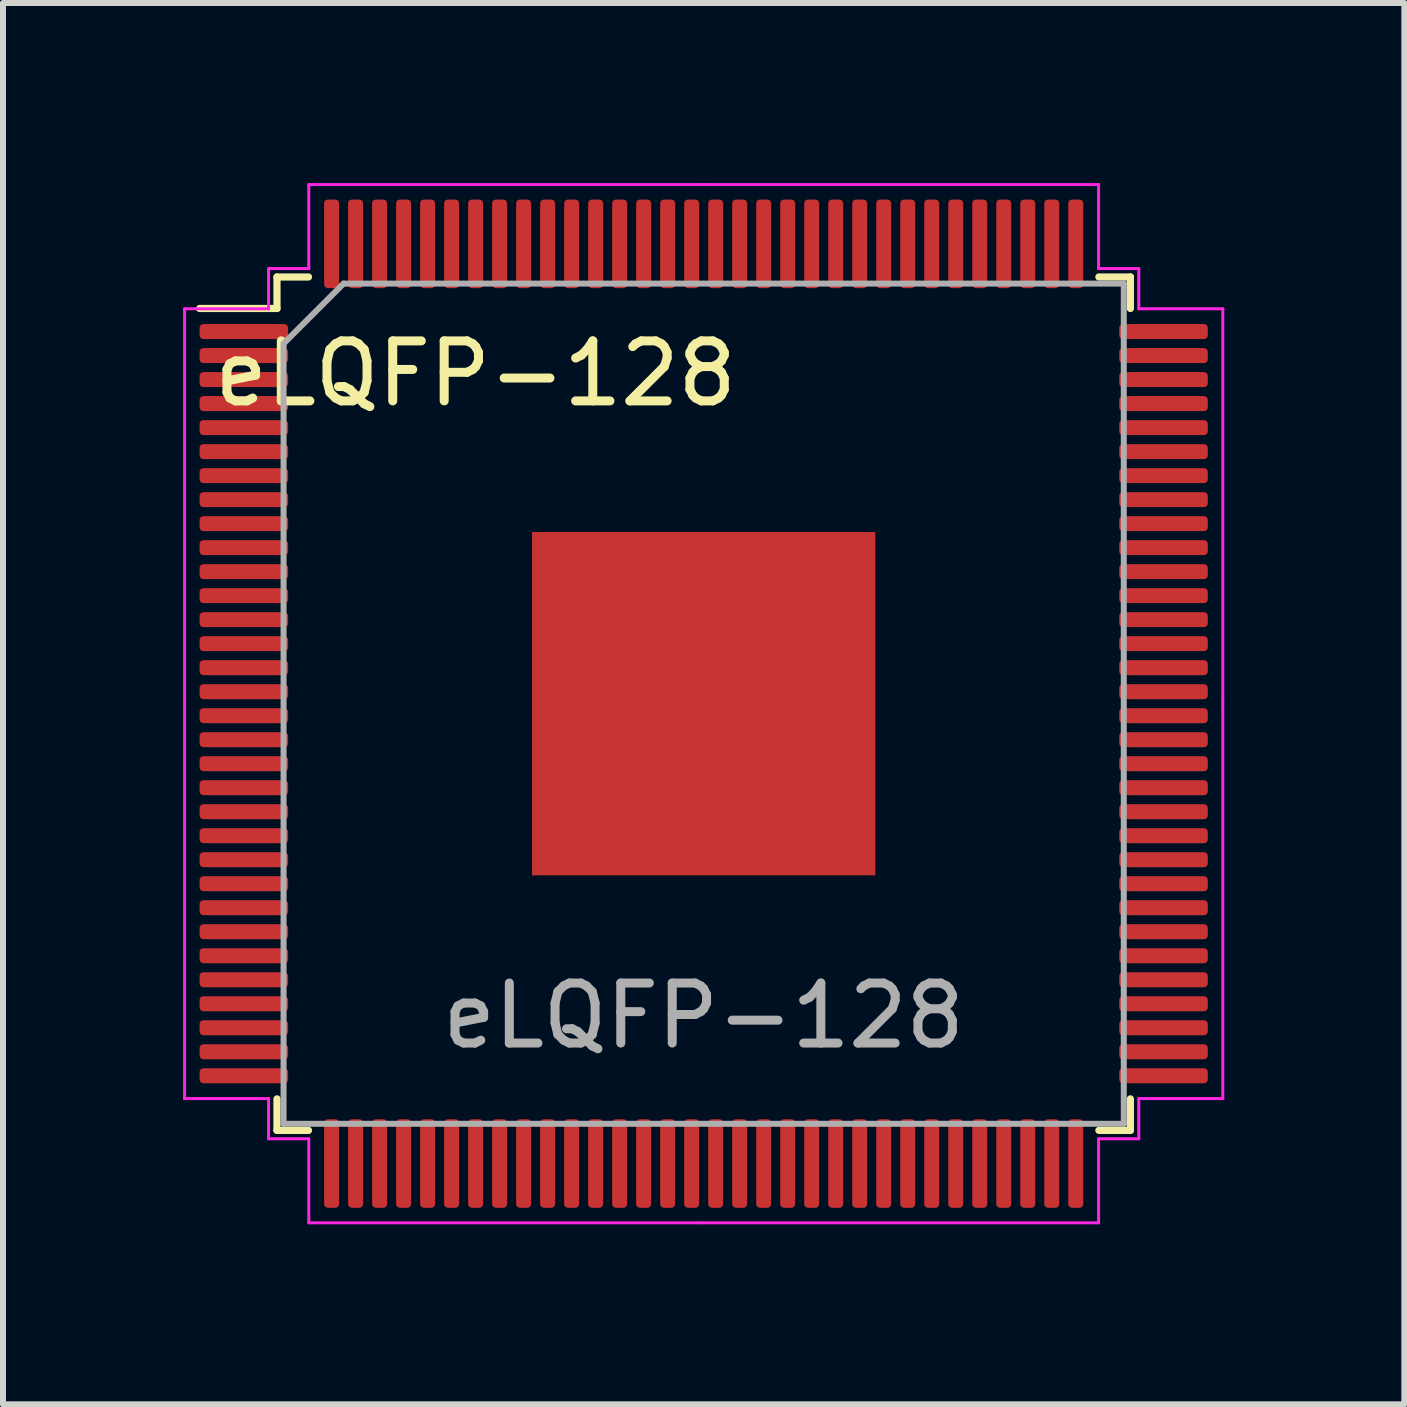
<source format=kicad_pcb>
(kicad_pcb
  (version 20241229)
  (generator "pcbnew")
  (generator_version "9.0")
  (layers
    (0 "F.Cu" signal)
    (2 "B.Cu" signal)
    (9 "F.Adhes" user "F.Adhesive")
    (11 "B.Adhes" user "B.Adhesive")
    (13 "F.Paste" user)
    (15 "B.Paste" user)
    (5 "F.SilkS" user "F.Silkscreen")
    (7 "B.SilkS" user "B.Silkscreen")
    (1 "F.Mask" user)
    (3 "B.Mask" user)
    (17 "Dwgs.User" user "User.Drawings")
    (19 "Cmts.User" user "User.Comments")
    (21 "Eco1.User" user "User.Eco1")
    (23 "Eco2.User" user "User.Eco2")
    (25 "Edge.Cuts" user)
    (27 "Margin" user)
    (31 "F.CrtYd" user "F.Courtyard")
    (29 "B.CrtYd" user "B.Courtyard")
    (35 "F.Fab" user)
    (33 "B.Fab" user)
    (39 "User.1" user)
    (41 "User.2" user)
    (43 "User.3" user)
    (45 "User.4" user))
  (footprint "eLQFP-128"
    (layer "F.Cu")
    (at 8.675 8.675)
    (property "Reference" "eLQFP-128" (at -3.8 -5.5 0) (unlocked yes) (layer "F.SilkS") (effects (font (size 1 1) (thickness 0.15))))
    (attr smd)
    (fp_line (start -7.11 -7.11) (end -7.11 -6.585) (stroke (width 0.12) (type solid)) (layer "F.SilkS"))
    (fp_line (start -7.11 -6.585) (end -8.4 -6.585) (stroke (width 0.12) (type solid)) (layer "F.SilkS"))
    (fp_line (start -7.11 7.11) (end -7.11 6.585) (stroke (width 0.12) (type solid)) (layer "F.SilkS"))
    (fp_line (start -6.585 -7.11) (end -7.11 -7.11) (stroke (width 0.12) (type solid)) (layer "F.SilkS"))
    (fp_line (start -6.585 7.11) (end -7.11 7.11) (stroke (width 0.12) (type solid)) (layer "F.SilkS"))
    (fp_line (start 6.585 -7.11) (end 7.11 -7.11) (stroke (width 0.12) (type solid)) (layer "F.SilkS"))
    (fp_line (start 6.585 7.11) (end 7.11 7.11) (stroke (width 0.12) (type solid)) (layer "F.SilkS"))
    (fp_line (start 7.11 -7.11) (end 7.11 -6.585) (stroke (width 0.12) (type solid)) (layer "F.SilkS"))
    (fp_line (start 7.11 7.11) (end 7.11 6.585) (stroke (width 0.12) (type solid)) (layer "F.SilkS"))
    (fp_line (start -8.65 -6.58) (end -8.65 0) (stroke (width 0.05) (type solid)) (layer "F.CrtYd"))
    (fp_line (start -8.65 6.58) (end -8.65 0) (stroke (width 0.05) (type solid)) (layer "F.CrtYd"))
    (fp_line (start -7.25 -7.25) (end -7.25 -6.58) (stroke (width 0.05) (type solid)) (layer "F.CrtYd"))
    (fp_line (start -7.25 -6.58) (end -8.65 -6.58) (stroke (width 0.05) (type solid)) (layer "F.CrtYd"))
    (fp_line (start -7.25 6.58) (end -8.65 6.58) (stroke (width 0.05) (type solid)) (layer "F.CrtYd"))
    (fp_line (start -7.25 7.25) (end -7.25 6.58) (stroke (width 0.05) (type solid)) (layer "F.CrtYd"))
    (fp_line (start -6.58 -8.65) (end -6.58 -7.25) (stroke (width 0.05) (type solid)) (layer "F.CrtYd"))
    (fp_line (start -6.58 -7.25) (end -7.25 -7.25) (stroke (width 0.05) (type solid)) (layer "F.CrtYd"))
    (fp_line (start -6.58 7.25) (end -7.25 7.25) (stroke (width 0.05) (type solid)) (layer "F.CrtYd"))
    (fp_line (start -6.58 8.65) (end -6.58 7.25) (stroke (width 0.05) (type solid)) (layer "F.CrtYd"))
    (fp_line (start 0 -8.65) (end -6.58 -8.65) (stroke (width 0.05) (type solid)) (layer "F.CrtYd"))
    (fp_line (start 0 -8.65) (end 6.58 -8.65) (stroke (width 0.05) (type solid)) (layer "F.CrtYd"))
    (fp_line (start 0 8.65) (end -6.58 8.65) (stroke (width 0.05) (type solid)) (layer "F.CrtYd"))
    (fp_line (start 0 8.65) (end 6.58 8.65) (stroke (width 0.05) (type solid)) (layer "F.CrtYd"))
    (fp_line (start 6.58 -8.65) (end 6.58 -7.25) (stroke (width 0.05) (type solid)) (layer "F.CrtYd"))
    (fp_line (start 6.58 -7.25) (end 7.25 -7.25) (stroke (width 0.05) (type solid)) (layer "F.CrtYd"))
    (fp_line (start 6.58 7.25) (end 7.25 7.25) (stroke (width 0.05) (type solid)) (layer "F.CrtYd"))
    (fp_line (start 6.58 8.65) (end 6.58 7.25) (stroke (width 0.05) (type solid)) (layer "F.CrtYd"))
    (fp_line (start 7.25 -7.25) (end 7.25 -6.58) (stroke (width 0.05) (type solid)) (layer "F.CrtYd"))
    (fp_line (start 7.25 -6.58) (end 8.65 -6.58) (stroke (width 0.05) (type solid)) (layer "F.CrtYd"))
    (fp_line (start 7.25 6.58) (end 8.65 6.58) (stroke (width 0.05) (type solid)) (layer "F.CrtYd"))
    (fp_line (start 7.25 7.25) (end 7.25 6.58) (stroke (width 0.05) (type solid)) (layer "F.CrtYd"))
    (fp_line (start 8.65 -6.58) (end 8.65 0) (stroke (width 0.05) (type solid)) (layer "F.CrtYd"))
    (fp_line (start 8.65 6.58) (end 8.65 0) (stroke (width 0.05) (type solid)) (layer "F.CrtYd"))
    (fp_line (start -7 -6) (end -6 -7) (stroke (width 0.1) (type solid)) (layer "F.Fab"))
    (fp_line (start -7 7) (end -7 -6) (stroke (width 0.1) (type solid)) (layer "F.Fab"))
    (fp_line (start -6 -7) (end 7 -7) (stroke (width 0.1) (type solid)) (layer "F.Fab"))
    (fp_line (start 7 -7) (end 7 7) (stroke (width 0.1) (type solid)) (layer "F.Fab"))
    (fp_line (start 7 7) (end -7 7) (stroke (width 0.1) (type solid)) (layer "F.Fab"))
    (fp_text user "${REFERENCE}" (at 0 5.2 0) (unlocked yes) (layer "F.Fab") (effects (font (size 1 1) (thickness 0.15))))
    (pad "1" smd roundrect (at -7.662 -6.2) (size 1.475 0.25) (layers "F.Cu" "F.Mask" "F.Paste") (roundrect_rratio 0.25))
    (pad "2" smd roundrect (at -7.662 -5.8) (size 1.475 0.25) (layers "F.Cu" "F.Mask" "F.Paste") (roundrect_rratio 0.25))
    (pad "3" smd roundrect (at -7.662 -5.4) (size 1.475 0.25) (layers "F.Cu" "F.Mask" "F.Paste") (roundrect_rratio 0.25))
    (pad "4" smd roundrect (at -7.662 -5) (size 1.475 0.25) (layers "F.Cu" "F.Mask" "F.Paste") (roundrect_rratio 0.25))
    (pad "5" smd roundrect (at -7.662 -4.6) (size 1.475 0.25) (layers "F.Cu" "F.Mask" "F.Paste") (roundrect_rratio 0.25))
    (pad "6" smd roundrect (at -7.662 -4.2) (size 1.475 0.25) (layers "F.Cu" "F.Mask" "F.Paste") (roundrect_rratio 0.25))
    (pad "7" smd roundrect (at -7.662 -3.8) (size 1.475 0.25) (layers "F.Cu" "F.Mask" "F.Paste") (roundrect_rratio 0.25))
    (pad "8" smd roundrect (at -7.662 -3.4) (size 1.475 0.25) (layers "F.Cu" "F.Mask" "F.Paste") (roundrect_rratio 0.25))
    (pad "9" smd roundrect (at -7.662 -3) (size 1.475 0.25) (layers "F.Cu" "F.Mask" "F.Paste") (roundrect_rratio 0.25))
    (pad "10" smd roundrect (at -7.662 -2.6) (size 1.475 0.25) (layers "F.Cu" "F.Mask" "F.Paste") (roundrect_rratio 0.25))
    (pad "11" smd roundrect (at -7.662 -2.2) (size 1.475 0.25) (layers "F.Cu" "F.Mask" "F.Paste") (roundrect_rratio 0.25))
    (pad "12" smd roundrect (at -7.662 -1.8) (size 1.475 0.25) (layers "F.Cu" "F.Mask" "F.Paste") (roundrect_rratio 0.25))
    (pad "13" smd roundrect (at -7.662 -1.4) (size 1.475 0.25) (layers "F.Cu" "F.Mask" "F.Paste") (roundrect_rratio 0.25))
    (pad "14" smd roundrect (at -7.662 -1) (size 1.475 0.25) (layers "F.Cu" "F.Mask" "F.Paste") (roundrect_rratio 0.25))
    (pad "15" smd roundrect (at -7.662 -0.6) (size 1.475 0.25) (layers "F.Cu" "F.Mask" "F.Paste") (roundrect_rratio 0.25))
    (pad "16" smd roundrect (at -7.662 -0.2) (size 1.475 0.25) (layers "F.Cu" "F.Mask" "F.Paste") (roundrect_rratio 0.25))
    (pad "17" smd roundrect (at -7.662 0.2) (size 1.475 0.25) (layers "F.Cu" "F.Mask" "F.Paste") (roundrect_rratio 0.25))
    (pad "18" smd roundrect (at -7.662 0.6) (size 1.475 0.25) (layers "F.Cu" "F.Mask" "F.Paste") (roundrect_rratio 0.25))
    (pad "19" smd roundrect (at -7.662 1) (size 1.475 0.25) (layers "F.Cu" "F.Mask" "F.Paste") (roundrect_rratio 0.25))
    (pad "20" smd roundrect (at -7.662 1.4) (size 1.475 0.25) (layers "F.Cu" "F.Mask" "F.Paste") (roundrect_rratio 0.25))
    (pad "21" smd roundrect (at -7.662 1.8) (size 1.475 0.25) (layers "F.Cu" "F.Mask" "F.Paste") (roundrect_rratio 0.25))
    (pad "22" smd roundrect (at -7.662 2.2) (size 1.475 0.25) (layers "F.Cu" "F.Mask" "F.Paste") (roundrect_rratio 0.25))
    (pad "23" smd roundrect (at -7.662 2.6) (size 1.475 0.25) (layers "F.Cu" "F.Mask" "F.Paste") (roundrect_rratio 0.25))
    (pad "24" smd roundrect (at -7.662 3) (size 1.475 0.25) (layers "F.Cu" "F.Mask" "F.Paste") (roundrect_rratio 0.25))
    (pad "25" smd roundrect (at -7.662 3.4) (size 1.475 0.25) (layers "F.Cu" "F.Mask" "F.Paste") (roundrect_rratio 0.25))
    (pad "26" smd roundrect (at -7.662 3.8) (size 1.475 0.25) (layers "F.Cu" "F.Mask" "F.Paste") (roundrect_rratio 0.25))
    (pad "27" smd roundrect (at -7.662 4.2) (size 1.475 0.25) (layers "F.Cu" "F.Mask" "F.Paste") (roundrect_rratio 0.25))
    (pad "28" smd roundrect (at -7.662 4.6) (size 1.475 0.25) (layers "F.Cu" "F.Mask" "F.Paste") (roundrect_rratio 0.25))
    (pad "29" smd roundrect (at -7.662 5) (size 1.475 0.25) (layers "F.Cu" "F.Mask" "F.Paste") (roundrect_rratio 0.25))
    (pad "30" smd roundrect (at -7.662 5.4) (size 1.475 0.25) (layers "F.Cu" "F.Mask" "F.Paste") (roundrect_rratio 0.25))
    (pad "31" smd roundrect (at -7.662 5.8) (size 1.475 0.25) (layers "F.Cu" "F.Mask" "F.Paste") (roundrect_rratio 0.25))
    (pad "32" smd roundrect (at -7.662 6.2) (size 1.475 0.25) (layers "F.Cu" "F.Mask" "F.Paste") (roundrect_rratio 0.25))
    (pad "33" smd roundrect (at -6.2 7.662) (size 0.25 1.475) (layers "F.Cu" "F.Mask" "F.Paste") (roundrect_rratio 0.25))
    (pad "34" smd roundrect (at -5.8 7.662) (size 0.25 1.475) (layers "F.Cu" "F.Mask" "F.Paste") (roundrect_rratio 0.25))
    (pad "35" smd roundrect (at -5.4 7.662) (size 0.25 1.475) (layers "F.Cu" "F.Mask" "F.Paste") (roundrect_rratio 0.25))
    (pad "36" smd roundrect (at -5 7.662) (size 0.25 1.475) (layers "F.Cu" "F.Mask" "F.Paste") (roundrect_rratio 0.25))
    (pad "37" smd roundrect (at -4.6 7.662) (size 0.25 1.475) (layers "F.Cu" "F.Mask" "F.Paste") (roundrect_rratio 0.25))
    (pad "38" smd roundrect (at -4.2 7.662) (size 0.25 1.475) (layers "F.Cu" "F.Mask" "F.Paste") (roundrect_rratio 0.25))
    (pad "39" smd roundrect (at -3.8 7.662) (size 0.25 1.475) (layers "F.Cu" "F.Mask" "F.Paste") (roundrect_rratio 0.25))
    (pad "40" smd roundrect (at -3.4 7.662) (size 0.25 1.475) (layers "F.Cu" "F.Mask" "F.Paste") (roundrect_rratio 0.25))
    (pad "41" smd roundrect (at -3 7.662) (size 0.25 1.475) (layers "F.Cu" "F.Mask" "F.Paste") (roundrect_rratio 0.25))
    (pad "42" smd roundrect (at -2.6 7.662) (size 0.25 1.475) (layers "F.Cu" "F.Mask" "F.Paste") (roundrect_rratio 0.25))
    (pad "43" smd roundrect (at -2.2 7.662) (size 0.25 1.475) (layers "F.Cu" "F.Mask" "F.Paste") (roundrect_rratio 0.25))
    (pad "44" smd roundrect (at -1.8 7.662) (size 0.25 1.475) (layers "F.Cu" "F.Mask" "F.Paste") (roundrect_rratio 0.25))
    (pad "45" smd roundrect (at -1.4 7.662) (size 0.25 1.475) (layers "F.Cu" "F.Mask" "F.Paste") (roundrect_rratio 0.25))
    (pad "46" smd roundrect (at -1 7.662) (size 0.25 1.475) (layers "F.Cu" "F.Mask" "F.Paste") (roundrect_rratio 0.25))
    (pad "47" smd roundrect (at -0.6 7.662) (size 0.25 1.475) (layers "F.Cu" "F.Mask" "F.Paste") (roundrect_rratio 0.25))
    (pad "48" smd roundrect (at -0.2 7.662) (size 0.25 1.475) (layers "F.Cu" "F.Mask" "F.Paste") (roundrect_rratio 0.25))
    (pad "49" smd roundrect (at 0.2 7.662) (size 0.25 1.475) (layers "F.Cu" "F.Mask" "F.Paste") (roundrect_rratio 0.25))
    (pad "50" smd roundrect (at 0.6 7.662) (size 0.25 1.475) (layers "F.Cu" "F.Mask" "F.Paste") (roundrect_rratio 0.25))
    (pad "51" smd roundrect (at 1 7.662) (size 0.25 1.475) (layers "F.Cu" "F.Mask" "F.Paste") (roundrect_rratio 0.25))
    (pad "52" smd roundrect (at 1.4 7.662) (size 0.25 1.475) (layers "F.Cu" "F.Mask" "F.Paste") (roundrect_rratio 0.25))
    (pad "53" smd roundrect (at 1.8 7.662) (size 0.25 1.475) (layers "F.Cu" "F.Mask" "F.Paste") (roundrect_rratio 0.25))
    (pad "54" smd roundrect (at 2.2 7.662) (size 0.25 1.475) (layers "F.Cu" "F.Mask" "F.Paste") (roundrect_rratio 0.25))
    (pad "55" smd roundrect (at 2.6 7.662) (size 0.25 1.475) (layers "F.Cu" "F.Mask" "F.Paste") (roundrect_rratio 0.25))
    (pad "56" smd roundrect (at 3 7.662) (size 0.25 1.475) (layers "F.Cu" "F.Mask" "F.Paste") (roundrect_rratio 0.25))
    (pad "57" smd roundrect (at 3.4 7.662) (size 0.25 1.475) (layers "F.Cu" "F.Mask" "F.Paste") (roundrect_rratio 0.25))
    (pad "58" smd roundrect (at 3.8 7.662) (size 0.25 1.475) (layers "F.Cu" "F.Mask" "F.Paste") (roundrect_rratio 0.25))
    (pad "59" smd roundrect (at 4.2 7.662) (size 0.25 1.475) (layers "F.Cu" "F.Mask" "F.Paste") (roundrect_rratio 0.25))
    (pad "60" smd roundrect (at 4.6 7.662) (size 0.25 1.475) (layers "F.Cu" "F.Mask" "F.Paste") (roundrect_rratio 0.25))
    (pad "61" smd roundrect (at 5 7.662) (size 0.25 1.475) (layers "F.Cu" "F.Mask" "F.Paste") (roundrect_rratio 0.25))
    (pad "62" smd roundrect (at 5.4 7.662) (size 0.25 1.475) (layers "F.Cu" "F.Mask" "F.Paste") (roundrect_rratio 0.25))
    (pad "63" smd roundrect (at 5.8 7.662) (size 0.25 1.475) (layers "F.Cu" "F.Mask" "F.Paste") (roundrect_rratio 0.25))
    (pad "64" smd roundrect (at 6.2 7.662) (size 0.25 1.475) (layers "F.Cu" "F.Mask" "F.Paste") (roundrect_rratio 0.25))
    (pad "65" smd roundrect (at 7.662 6.2) (size 1.475 0.25) (layers "F.Cu" "F.Mask" "F.Paste") (roundrect_rratio 0.25))
    (pad "66" smd roundrect (at 7.662 5.8) (size 1.475 0.25) (layers "F.Cu" "F.Mask" "F.Paste") (roundrect_rratio 0.25))
    (pad "67" smd roundrect (at 7.662 5.4) (size 1.475 0.25) (layers "F.Cu" "F.Mask" "F.Paste") (roundrect_rratio 0.25))
    (pad "68" smd roundrect (at 7.662 5) (size 1.475 0.25) (layers "F.Cu" "F.Mask" "F.Paste") (roundrect_rratio 0.25))
    (pad "69" smd roundrect (at 7.662 4.6) (size 1.475 0.25) (layers "F.Cu" "F.Mask" "F.Paste") (roundrect_rratio 0.25))
    (pad "70" smd roundrect (at 7.662 4.2) (size 1.475 0.25) (layers "F.Cu" "F.Mask" "F.Paste") (roundrect_rratio 0.25))
    (pad "71" smd roundrect (at 7.662 3.8) (size 1.475 0.25) (layers "F.Cu" "F.Mask" "F.Paste") (roundrect_rratio 0.25))
    (pad "72" smd roundrect (at 7.662 3.4) (size 1.475 0.25) (layers "F.Cu" "F.Mask" "F.Paste") (roundrect_rratio 0.25))
    (pad "73" smd roundrect (at 7.662 3) (size 1.475 0.25) (layers "F.Cu" "F.Mask" "F.Paste") (roundrect_rratio 0.25))
    (pad "74" smd roundrect (at 7.662 2.6) (size 1.475 0.25) (layers "F.Cu" "F.Mask" "F.Paste") (roundrect_rratio 0.25))
    (pad "75" smd roundrect (at 7.662 2.2) (size 1.475 0.25) (layers "F.Cu" "F.Mask" "F.Paste") (roundrect_rratio 0.25))
    (pad "76" smd roundrect (at 7.662 1.8) (size 1.475 0.25) (layers "F.Cu" "F.Mask" "F.Paste") (roundrect_rratio 0.25))
    (pad "77" smd roundrect (at 7.662 1.4) (size 1.475 0.25) (layers "F.Cu" "F.Mask" "F.Paste") (roundrect_rratio 0.25))
    (pad "78" smd roundrect (at 7.662 1) (size 1.475 0.25) (layers "F.Cu" "F.Mask" "F.Paste") (roundrect_rratio 0.25))
    (pad "79" smd roundrect (at 7.662 0.6) (size 1.475 0.25) (layers "F.Cu" "F.Mask" "F.Paste") (roundrect_rratio 0.25))
    (pad "80" smd roundrect (at 7.662 0.2) (size 1.475 0.25) (layers "F.Cu" "F.Mask" "F.Paste") (roundrect_rratio 0.25))
    (pad "81" smd roundrect (at 7.662 -0.2) (size 1.475 0.25) (layers "F.Cu" "F.Mask" "F.Paste") (roundrect_rratio 0.25))
    (pad "82" smd roundrect (at 7.662 -0.6) (size 1.475 0.25) (layers "F.Cu" "F.Mask" "F.Paste") (roundrect_rratio 0.25))
    (pad "83" smd roundrect (at 7.662 -1) (size 1.475 0.25) (layers "F.Cu" "F.Mask" "F.Paste") (roundrect_rratio 0.25))
    (pad "84" smd roundrect (at 7.662 -1.4) (size 1.475 0.25) (layers "F.Cu" "F.Mask" "F.Paste") (roundrect_rratio 0.25))
    (pad "85" smd roundrect (at 7.662 -1.8) (size 1.475 0.25) (layers "F.Cu" "F.Mask" "F.Paste") (roundrect_rratio 0.25))
    (pad "86" smd roundrect (at 7.662 -2.2) (size 1.475 0.25) (layers "F.Cu" "F.Mask" "F.Paste") (roundrect_rratio 0.25))
    (pad "87" smd roundrect (at 7.662 -2.6) (size 1.475 0.25) (layers "F.Cu" "F.Mask" "F.Paste") (roundrect_rratio 0.25))
    (pad "88" smd roundrect (at 7.662 -3) (size 1.475 0.25) (layers "F.Cu" "F.Mask" "F.Paste") (roundrect_rratio 0.25))
    (pad "89" smd roundrect (at 7.662 -3.4) (size 1.475 0.25) (layers "F.Cu" "F.Mask" "F.Paste") (roundrect_rratio 0.25))
    (pad "90" smd roundrect (at 7.662 -3.8) (size 1.475 0.25) (layers "F.Cu" "F.Mask" "F.Paste") (roundrect_rratio 0.25))
    (pad "91" smd roundrect (at 7.662 -4.2) (size 1.475 0.25) (layers "F.Cu" "F.Mask" "F.Paste") (roundrect_rratio 0.25))
    (pad "92" smd roundrect (at 7.662 -4.6) (size 1.475 0.25) (layers "F.Cu" "F.Mask" "F.Paste") (roundrect_rratio 0.25))
    (pad "93" smd roundrect (at 7.662 -5) (size 1.475 0.25) (layers "F.Cu" "F.Mask" "F.Paste") (roundrect_rratio 0.25))
    (pad "94" smd roundrect (at 7.662 -5.4) (size 1.475 0.25) (layers "F.Cu" "F.Mask" "F.Paste") (roundrect_rratio 0.25))
    (pad "95" smd roundrect (at 7.662 -5.8) (size 1.475 0.25) (layers "F.Cu" "F.Mask" "F.Paste") (roundrect_rratio 0.25))
    (pad "96" smd roundrect (at 7.662 -6.2) (size 1.475 0.25) (layers "F.Cu" "F.Mask" "F.Paste") (roundrect_rratio 0.25))
    (pad "97" smd roundrect (at 6.2 -7.662) (size 0.25 1.475) (layers "F.Cu" "F.Mask" "F.Paste") (roundrect_rratio 0.25))
    (pad "98" smd roundrect (at 5.8 -7.662) (size 0.25 1.475) (layers "F.Cu" "F.Mask" "F.Paste") (roundrect_rratio 0.25))
    (pad "99" smd roundrect (at 5.4 -7.662) (size 0.25 1.475) (layers "F.Cu" "F.Mask" "F.Paste") (roundrect_rratio 0.25))
    (pad "100" smd roundrect (at 5 -7.662) (size 0.25 1.475) (layers "F.Cu" "F.Mask" "F.Paste") (roundrect_rratio 0.25))
    (pad "101" smd roundrect (at 4.6 -7.662) (size 0.25 1.475) (layers "F.Cu" "F.Mask" "F.Paste") (roundrect_rratio 0.25))
    (pad "102" smd roundrect (at 4.2 -7.662) (size 0.25 1.475) (layers "F.Cu" "F.Mask" "F.Paste") (roundrect_rratio 0.25))
    (pad "103" smd roundrect (at 3.8 -7.662) (size 0.25 1.475) (layers "F.Cu" "F.Mask" "F.Paste") (roundrect_rratio 0.25))
    (pad "104" smd roundrect (at 3.4 -7.662) (size 0.25 1.475) (layers "F.Cu" "F.Mask" "F.Paste") (roundrect_rratio 0.25))
    (pad "105" smd roundrect (at 3 -7.662) (size 0.25 1.475) (layers "F.Cu" "F.Mask" "F.Paste") (roundrect_rratio 0.25))
    (pad "106" smd roundrect (at 2.6 -7.662) (size 0.25 1.475) (layers "F.Cu" "F.Mask" "F.Paste") (roundrect_rratio 0.25))
    (pad "107" smd roundrect (at 2.2 -7.662) (size 0.25 1.475) (layers "F.Cu" "F.Mask" "F.Paste") (roundrect_rratio 0.25))
    (pad "108" smd roundrect (at 1.8 -7.662) (size 0.25 1.475) (layers "F.Cu" "F.Mask" "F.Paste") (roundrect_rratio 0.25))
    (pad "109" smd roundrect (at 1.4 -7.662) (size 0.25 1.475) (layers "F.Cu" "F.Mask" "F.Paste") (roundrect_rratio 0.25))
    (pad "110" smd roundrect (at 1 -7.662) (size 0.25 1.475) (layers "F.Cu" "F.Mask" "F.Paste") (roundrect_rratio 0.25))
    (pad "111" smd roundrect (at 0.6 -7.662) (size 0.25 1.475) (layers "F.Cu" "F.Mask" "F.Paste") (roundrect_rratio 0.25))
    (pad "112" smd roundrect (at 0.2 -7.662) (size 0.25 1.475) (layers "F.Cu" "F.Mask" "F.Paste") (roundrect_rratio 0.25))
    (pad "113" smd roundrect (at -0.2 -7.662) (size 0.25 1.475) (layers "F.Cu" "F.Mask" "F.Paste") (roundrect_rratio 0.25))
    (pad "114" smd roundrect (at -0.6 -7.662) (size 0.25 1.475) (layers "F.Cu" "F.Mask" "F.Paste") (roundrect_rratio 0.25))
    (pad "115" smd roundrect (at -1 -7.662) (size 0.25 1.475) (layers "F.Cu" "F.Mask" "F.Paste") (roundrect_rratio 0.25))
    (pad "116" smd roundrect (at -1.4 -7.662) (size 0.25 1.475) (layers "F.Cu" "F.Mask" "F.Paste") (roundrect_rratio 0.25))
    (pad "117" smd roundrect (at -1.8 -7.662) (size 0.25 1.475) (layers "F.Cu" "F.Mask" "F.Paste") (roundrect_rratio 0.25))
    (pad "118" smd roundrect (at -2.2 -7.662) (size 0.25 1.475) (layers "F.Cu" "F.Mask" "F.Paste") (roundrect_rratio 0.25))
    (pad "119" smd roundrect (at -2.6 -7.662) (size 0.25 1.475) (layers "F.Cu" "F.Mask" "F.Paste") (roundrect_rratio 0.25))
    (pad "120" smd roundrect (at -3 -7.662) (size 0.25 1.475) (layers "F.Cu" "F.Mask" "F.Paste") (roundrect_rratio 0.25))
    (pad "121" smd roundrect (at -3.4 -7.662) (size 0.25 1.475) (layers "F.Cu" "F.Mask" "F.Paste") (roundrect_rratio 0.25))
    (pad "122" smd roundrect (at -3.8 -7.662) (size 0.25 1.475) (layers "F.Cu" "F.Mask" "F.Paste") (roundrect_rratio 0.25))
    (pad "123" smd roundrect (at -4.2 -7.662) (size 0.25 1.475) (layers "F.Cu" "F.Mask" "F.Paste") (roundrect_rratio 0.25))
    (pad "124" smd roundrect (at -4.6 -7.662) (size 0.25 1.475) (layers "F.Cu" "F.Mask" "F.Paste") (roundrect_rratio 0.25))
    (pad "125" smd roundrect (at -5 -7.662) (size 0.25 1.475) (layers "F.Cu" "F.Mask" "F.Paste") (roundrect_rratio 0.25))
    (pad "126" smd roundrect (at -5.4 -7.662) (size 0.25 1.475) (layers "F.Cu" "F.Mask" "F.Paste") (roundrect_rratio 0.25))
    (pad "127" smd roundrect (at -5.8 -7.662) (size 0.25 1.475) (layers "F.Cu" "F.Mask" "F.Paste") (roundrect_rratio 0.25))
    (pad "128" smd roundrect (at -6.2 -7.662) (size 0.25 1.475) (layers "F.Cu" "F.Mask" "F.Paste") (roundrect_rratio 0.25))
    (pad "129" smd rect (at 0 0) (size 5.72 5.72) (layers "F.Cu" "F.Mask" "F.Paste")))
  (gr_rect
    (start -3 -3)
    (end 20.35 20.35)
    (stroke (width 0.1) (type default))
    (fill no)
    (layer "Edge.Cuts")))
</source>
